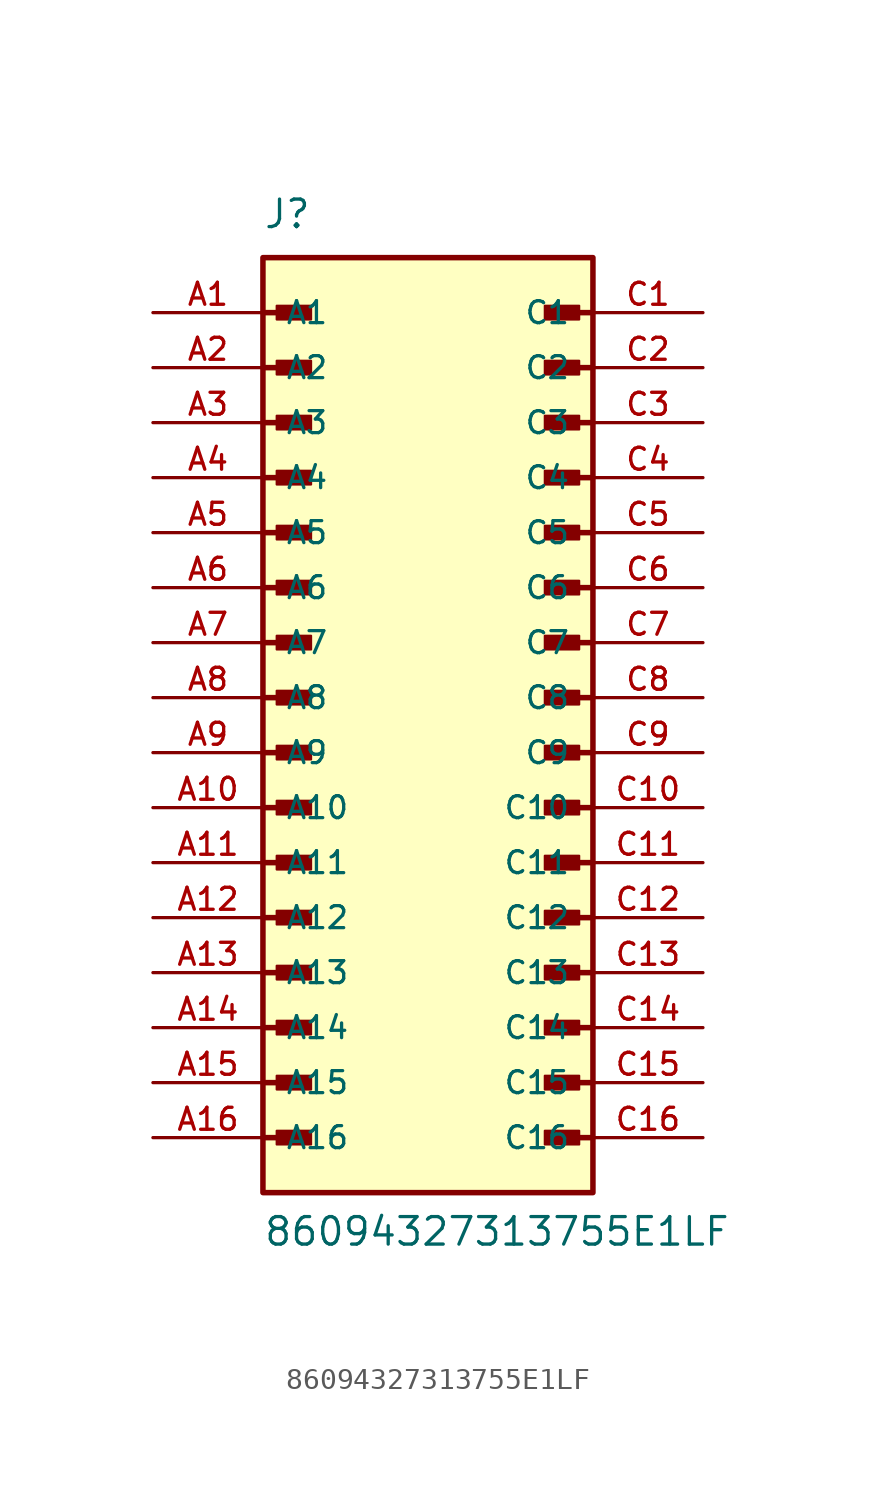
<source format=kicad_sym>
(kicad_symbol_lib
  (version 20211014)
  (generator kicad_symbol_editor)
  (symbol "86094327313755E1LF"
    (pin_names
      (offset 1.016))
    (property "Reference" "J"
      (at -7.62 21.59 0)
      (effects (font (size 1.27 1.27)) (justify bottom left)))
    (property "Value" "86094327313755E1LF"
      (at -7.62 -25.4 0)
      (effects (font (size 1.27 1.27)) (justify bottom left)))
    (symbol "86094327313755E1LF_0_0"
      (polyline (pts (xy -7.62 17.78) (xy -5.715 17.78)) (stroke (width 0.254)))
      (rectangle (start -6.985 17.462) (end -5.397 18.098) (stroke (width 0.1)) (fill (type outline)))
      (polyline (pts (xy -7.62 15.24) (xy -5.715 15.24)) (stroke (width 0.254)))
      (rectangle (start -6.985 14.922) (end -5.397 15.557) (stroke (width 0.1)) (fill (type outline)))
      (polyline (pts (xy -7.62 12.7) (xy -5.715 12.7)) (stroke (width 0.254)))
      (rectangle (start -6.985 12.383) (end -5.397 13.018) (stroke (width 0.1)) (fill (type outline)))
      (polyline (pts (xy -7.62 10.16) (xy -5.715 10.16)) (stroke (width 0.254)))
      (rectangle (start -6.985 9.842) (end -5.397 10.477) (stroke (width 0.1)) (fill (type outline)))
      (polyline (pts (xy -7.62 7.62) (xy -5.715 7.62)) (stroke (width 0.254)))
      (rectangle (start -6.985 7.303) (end -5.397 7.938) (stroke (width 0.1)) (fill (type outline)))
      (polyline (pts (xy -7.62 5.08) (xy -5.715 5.08)) (stroke (width 0.254)))
      (rectangle (start -6.985 4.763) (end -5.397 5.397) (stroke (width 0.1)) (fill (type outline)))
      (polyline (pts (xy -7.62 2.54) (xy -5.715 2.54)) (stroke (width 0.254)))
      (rectangle (start -6.985 2.223) (end -5.397 2.857) (stroke (width 0.1)) (fill (type outline)))
      (polyline (pts (xy -7.62 0.0) (xy -5.715 0.0)) (stroke (width 0.254)))
      (rectangle (start -6.985 -0.318) (end -5.397 0.318) (stroke (width 0.1)) (fill (type outline)))
      (polyline (pts (xy -7.62 -2.54) (xy -5.715 -2.54)) (stroke (width 0.254)))
      (rectangle (start -6.985 -2.857) (end -5.397 -2.223) (stroke (width 0.1)) (fill (type outline)))
      (polyline (pts (xy -7.62 -5.08) (xy -5.715 -5.08)) (stroke (width 0.254)))
      (rectangle (start -6.985 -5.397) (end -5.397 -4.763) (stroke (width 0.1)) (fill (type outline)))
      (polyline (pts (xy -7.62 -7.62) (xy -5.715 -7.62)) (stroke (width 0.254)))
      (rectangle (start -6.985 -7.938) (end -5.397 -7.303) (stroke (width 0.1)) (fill (type outline)))
      (polyline (pts (xy -7.62 -10.16) (xy -5.715 -10.16)) (stroke (width 0.254)))
      (rectangle (start -6.985 -10.477) (end -5.397 -9.842) (stroke (width 0.1)) (fill (type outline)))
      (polyline (pts (xy -7.62 -12.7) (xy -5.715 -12.7)) (stroke (width 0.254)))
      (rectangle (start -6.985 -13.018) (end -5.397 -12.383) (stroke (width 0.1)) (fill (type outline)))
      (polyline (pts (xy -7.62 -15.24) (xy -5.715 -15.24)) (stroke (width 0.254)))
      (rectangle (start -6.985 -15.557) (end -5.397 -14.922) (stroke (width 0.1)) (fill (type outline)))
      (polyline (pts (xy -7.62 -17.78) (xy -5.715 -17.78)) (stroke (width 0.254)))
      (rectangle (start -6.985 -18.098) (end -5.397 -17.462) (stroke (width 0.1)) (fill (type outline)))
      (polyline (pts (xy -7.62 -20.32) (xy -5.715 -20.32)) (stroke (width 0.254)))
      (rectangle (start -6.985 -20.637) (end -5.397 -20.003) (stroke (width 0.1)) (fill (type outline)))
      (polyline (pts (xy 7.62 17.78) (xy 5.715 17.78)) (stroke (width 0.254)))
      (rectangle (start 5.397 17.462) (end 6.985 18.098) (stroke (width 0.1)) (fill (type outline)))
      (polyline (pts (xy 7.62 15.24) (xy 5.715 15.24)) (stroke (width 0.254)))
      (rectangle (start 5.397 14.922) (end 6.985 15.557) (stroke (width 0.1)) (fill (type outline)))
      (polyline (pts (xy 7.62 12.7) (xy 5.715 12.7)) (stroke (width 0.254)))
      (rectangle (start 5.397 12.383) (end 6.985 13.018) (stroke (width 0.1)) (fill (type outline)))
      (polyline (pts (xy 7.62 10.16) (xy 5.715 10.16)) (stroke (width 0.254)))
      (rectangle (start 5.397 9.842) (end 6.985 10.477) (stroke (width 0.1)) (fill (type outline)))
      (polyline (pts (xy 7.62 7.62) (xy 5.715 7.62)) (stroke (width 0.254)))
      (rectangle (start 5.397 7.303) (end 6.985 7.938) (stroke (width 0.1)) (fill (type outline)))
      (polyline (pts (xy 7.62 5.08) (xy 5.715 5.08)) (stroke (width 0.254)))
      (rectangle (start 5.397 4.763) (end 6.985 5.397) (stroke (width 0.1)) (fill (type outline)))
      (polyline (pts (xy 7.62 2.54) (xy 5.715 2.54)) (stroke (width 0.254)))
      (rectangle (start 5.397 2.223) (end 6.985 2.857) (stroke (width 0.1)) (fill (type outline)))
      (polyline (pts (xy 7.62 0.0) (xy 5.715 0.0)) (stroke (width 0.254)))
      (rectangle (start 5.397 -0.318) (end 6.985 0.318) (stroke (width 0.1)) (fill (type outline)))
      (polyline (pts (xy 7.62 -2.54) (xy 5.715 -2.54)) (stroke (width 0.254)))
      (rectangle (start 5.397 -2.857) (end 6.985 -2.223) (stroke (width 0.1)) (fill (type outline)))
      (polyline (pts (xy 7.62 -5.08) (xy 5.715 -5.08)) (stroke (width 0.254)))
      (rectangle (start 5.397 -5.397) (end 6.985 -4.763) (stroke (width 0.1)) (fill (type outline)))
      (polyline (pts (xy 7.62 -7.62) (xy 5.715 -7.62)) (stroke (width 0.254)))
      (rectangle (start 5.397 -7.938) (end 6.985 -7.303) (stroke (width 0.1)) (fill (type outline)))
      (polyline (pts (xy 7.62 -10.16) (xy 5.715 -10.16)) (stroke (width 0.254)))
      (rectangle (start 5.397 -10.477) (end 6.985 -9.842) (stroke (width 0.1)) (fill (type outline)))
      (polyline (pts (xy 7.62 -12.7) (xy 5.715 -12.7)) (stroke (width 0.254)))
      (rectangle (start 5.397 -13.018) (end 6.985 -12.383) (stroke (width 0.1)) (fill (type outline)))
      (polyline (pts (xy 7.62 -15.24) (xy 5.715 -15.24)) (stroke (width 0.254)))
      (rectangle (start 5.397 -15.557) (end 6.985 -14.922) (stroke (width 0.1)) (fill (type outline)))
      (polyline (pts (xy 7.62 -17.78) (xy 5.715 -17.78)) (stroke (width 0.254)))
      (rectangle (start 5.397 -18.098) (end 6.985 -17.462) (stroke (width 0.1)) (fill (type outline)))
      (polyline (pts (xy 7.62 -20.32) (xy 5.715 -20.32)) (stroke (width 0.254)))
      (rectangle (start 5.397 -20.637) (end 6.985 -20.003) (stroke (width 0.1)) (fill (type outline)))
      (rectangle (start -7.62 -22.86) (end 7.62 20.32) (stroke (width 0.254)) (fill (type background)))
      (pin passive line (at -12.7 17.78 0) (length 5.08) (name "A1" (effects (font (size 1.016 1.016)))) (number "A1" (effects (font (size 1.016 1.016)))))
      (pin passive line (at -12.7 15.24 0) (length 5.08) (name "A2" (effects (font (size 1.016 1.016)))) (number "A2" (effects (font (size 1.016 1.016)))))
      (pin passive line (at -12.7 12.7 0) (length 5.08) (name "A3" (effects (font (size 1.016 1.016)))) (number "A3" (effects (font (size 1.016 1.016)))))
      (pin passive line (at -12.7 10.16 0) (length 5.08) (name "A4" (effects (font (size 1.016 1.016)))) (number "A4" (effects (font (size 1.016 1.016)))))
      (pin passive line (at -12.7 7.62 0) (length 5.08) (name "A5" (effects (font (size 1.016 1.016)))) (number "A5" (effects (font (size 1.016 1.016)))))
      (pin passive line (at -12.7 5.08 0) (length 5.08) (name "A6" (effects (font (size 1.016 1.016)))) (number "A6" (effects (font (size 1.016 1.016)))))
      (pin passive line (at -12.7 2.54 0) (length 5.08) (name "A7" (effects (font (size 1.016 1.016)))) (number "A7" (effects (font (size 1.016 1.016)))))
      (pin passive line (at -12.7 0.0 0) (length 5.08) (name "A8" (effects (font (size 1.016 1.016)))) (number "A8" (effects (font (size 1.016 1.016)))))
      (pin passive line (at -12.7 -2.54 0) (length 5.08) (name "A9" (effects (font (size 1.016 1.016)))) (number "A9" (effects (font (size 1.016 1.016)))))
      (pin passive line (at -12.7 -5.08 0) (length 5.08) (name "A10" (effects (font (size 1.016 1.016)))) (number "A10" (effects (font (size 1.016 1.016)))))
      (pin passive line (at -12.7 -7.62 0) (length 5.08) (name "A11" (effects (font (size 1.016 1.016)))) (number "A11" (effects (font (size 1.016 1.016)))))
      (pin passive line (at -12.7 -10.16 0) (length 5.08) (name "A12" (effects (font (size 1.016 1.016)))) (number "A12" (effects (font (size 1.016 1.016)))))
      (pin passive line (at -12.7 -12.7 0) (length 5.08) (name "A13" (effects (font (size 1.016 1.016)))) (number "A13" (effects (font (size 1.016 1.016)))))
      (pin passive line (at -12.7 -15.24 0) (length 5.08) (name "A14" (effects (font (size 1.016 1.016)))) (number "A14" (effects (font (size 1.016 1.016)))))
      (pin passive line (at -12.7 -17.78 0) (length 5.08) (name "A15" (effects (font (size 1.016 1.016)))) (number "A15" (effects (font (size 1.016 1.016)))))
      (pin passive line (at -12.7 -20.32 0) (length 5.08) (name "A16" (effects (font (size 1.016 1.016)))) (number "A16" (effects (font (size 1.016 1.016)))))
      (pin passive line (at 12.7 17.78 180.0) (length 5.08) (name "C1" (effects (font (size 1.016 1.016)))) (number "C1" (effects (font (size 1.016 1.016)))))
      (pin passive line (at 12.7 15.24 180.0) (length 5.08) (name "C2" (effects (font (size 1.016 1.016)))) (number "C2" (effects (font (size 1.016 1.016)))))
      (pin passive line (at 12.7 12.7 180.0) (length 5.08) (name "C3" (effects (font (size 1.016 1.016)))) (number "C3" (effects (font (size 1.016 1.016)))))
      (pin passive line (at 12.7 10.16 180.0) (length 5.08) (name "C4" (effects (font (size 1.016 1.016)))) (number "C4" (effects (font (size 1.016 1.016)))))
      (pin passive line (at 12.7 7.62 180.0) (length 5.08) (name "C5" (effects (font (size 1.016 1.016)))) (number "C5" (effects (font (size 1.016 1.016)))))
      (pin passive line (at 12.7 5.08 180.0) (length 5.08) (name "C6" (effects (font (size 1.016 1.016)))) (number "C6" (effects (font (size 1.016 1.016)))))
      (pin passive line (at 12.7 2.54 180.0) (length 5.08) (name "C7" (effects (font (size 1.016 1.016)))) (number "C7" (effects (font (size 1.016 1.016)))))
      (pin passive line (at 12.7 0.0 180.0) (length 5.08) (name "C8" (effects (font (size 1.016 1.016)))) (number "C8" (effects (font (size 1.016 1.016)))))
      (pin passive line (at 12.7 -2.54 180.0) (length 5.08) (name "C9" (effects (font (size 1.016 1.016)))) (number "C9" (effects (font (size 1.016 1.016)))))
      (pin passive line (at 12.7 -5.08 180.0) (length 5.08) (name "C10" (effects (font (size 1.016 1.016)))) (number "C10" (effects (font (size 1.016 1.016)))))
      (pin passive line (at 12.7 -7.62 180.0) (length 5.08) (name "C11" (effects (font (size 1.016 1.016)))) (number "C11" (effects (font (size 1.016 1.016)))))
      (pin passive line (at 12.7 -10.16 180.0) (length 5.08) (name "C12" (effects (font (size 1.016 1.016)))) (number "C12" (effects (font (size 1.016 1.016)))))
      (pin passive line (at 12.7 -12.7 180.0) (length 5.08) (name "C13" (effects (font (size 1.016 1.016)))) (number "C13" (effects (font (size 1.016 1.016)))))
      (pin passive line (at 12.7 -15.24 180.0) (length 5.08) (name "C14" (effects (font (size 1.016 1.016)))) (number "C14" (effects (font (size 1.016 1.016)))))
      (pin passive line (at 12.7 -17.78 180.0) (length 5.08) (name "C15" (effects (font (size 1.016 1.016)))) (number "C15" (effects (font (size 1.016 1.016)))))
      (pin passive line (at 12.7 -20.32 180.0) (length 5.08) (name "C16" (effects (font (size 1.016 1.016)))) (number "C16" (effects (font (size 1.016 1.016))))))))
</source>
